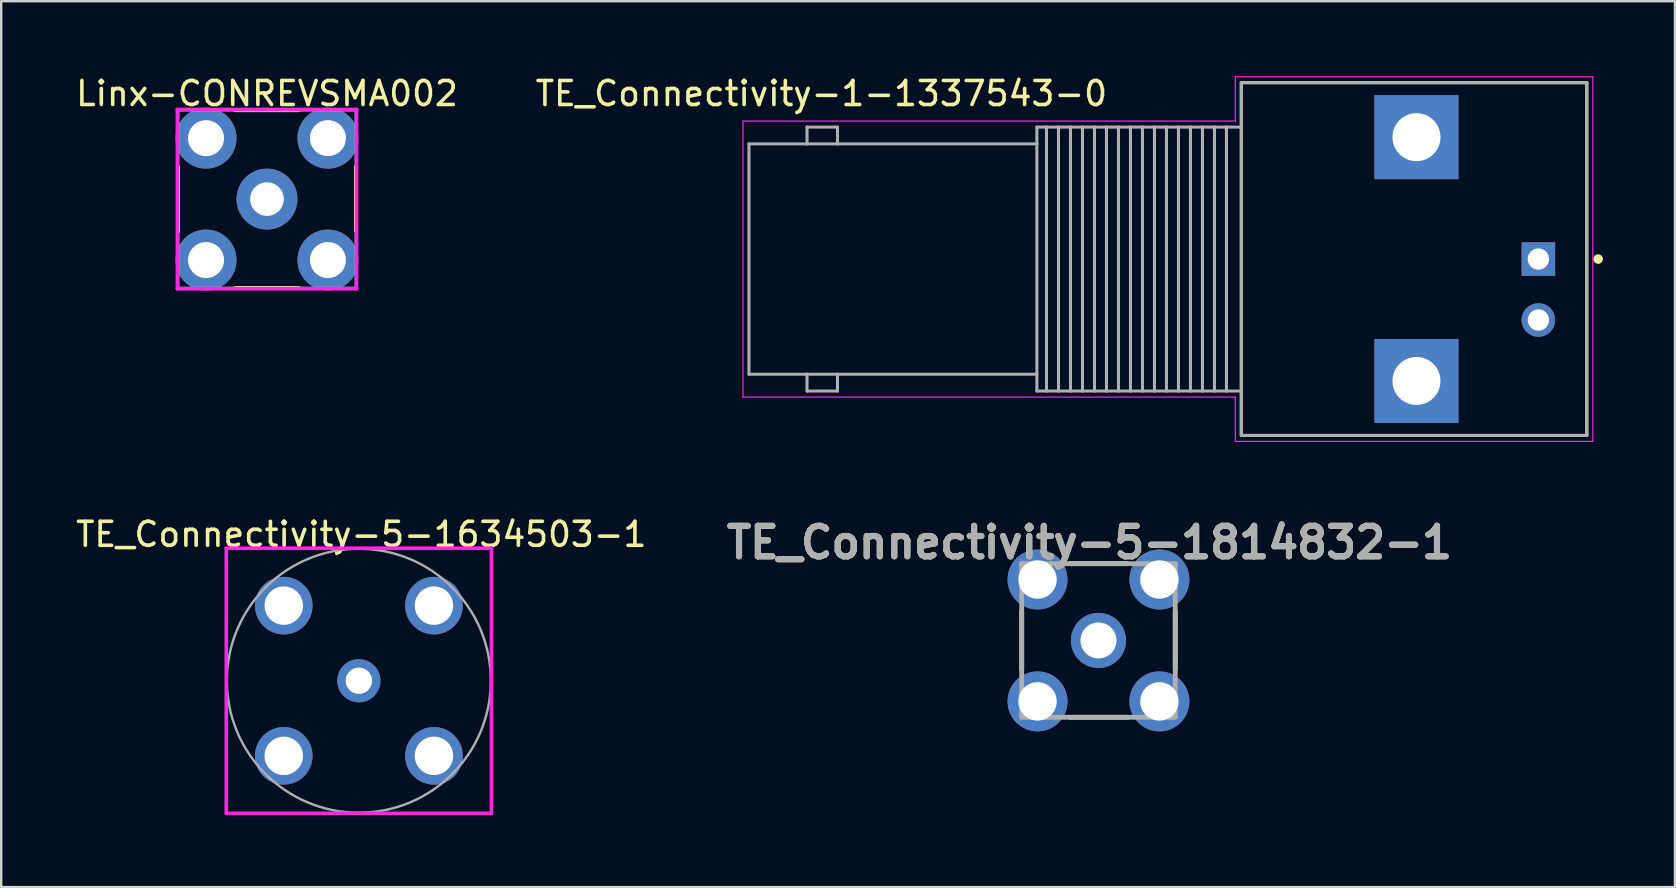
<source format=kicad_pcb>
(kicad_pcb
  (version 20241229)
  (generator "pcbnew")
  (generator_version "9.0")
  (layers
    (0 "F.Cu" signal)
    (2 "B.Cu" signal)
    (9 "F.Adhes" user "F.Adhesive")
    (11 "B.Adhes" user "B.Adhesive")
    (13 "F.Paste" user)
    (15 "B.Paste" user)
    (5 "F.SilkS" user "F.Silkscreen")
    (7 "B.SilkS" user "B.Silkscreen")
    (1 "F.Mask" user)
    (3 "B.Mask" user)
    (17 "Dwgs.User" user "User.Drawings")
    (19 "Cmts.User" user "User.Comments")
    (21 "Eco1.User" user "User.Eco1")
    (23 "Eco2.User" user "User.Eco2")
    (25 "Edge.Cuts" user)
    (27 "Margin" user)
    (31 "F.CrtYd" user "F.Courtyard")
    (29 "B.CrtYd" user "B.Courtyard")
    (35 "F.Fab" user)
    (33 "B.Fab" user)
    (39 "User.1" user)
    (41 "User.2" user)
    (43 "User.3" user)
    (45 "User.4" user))
  (footprint "TE_Connectivity-5-1814832-1"
    (layer "F.Cu")
    (at 42.731 23.642)
    (property "Reference" "TE_Connectivity-5-1814832-1" (at -0.376 -4.081 0) (layer "F.SilkS") (effects (font (size 1.27 1.27) (thickness 0.254))))
    (attr through_hole)
    (fp_line (start -3.2 -1.2) (end -3.2 1.2) (stroke (width 0.2) (type solid)) (layer "F.SilkS"))
    (fp_line (start -1.2 -3.2) (end 1.2 -3.2) (stroke (width 0.2) (type solid)) (layer "F.SilkS"))
    (fp_line (start -1.2 3.2) (end 1.2 3.2) (stroke (width 0.2) (type solid)) (layer "F.SilkS"))
    (fp_line (start 3.2 -1.2) (end 3.2 1.2) (stroke (width 0.2) (type solid)) (layer "F.SilkS"))
    (fp_line (start -3.2 -3.2) (end 3.2 -3.2) (stroke (width 0.2) (type solid)) (layer "F.Fab"))
    (fp_line (start -3.2 3.2) (end -3.2 -3.2) (stroke (width 0.2) (type solid)) (layer "F.Fab"))
    (fp_line (start 3.2 -3.2) (end 3.2 3.2) (stroke (width 0.2) (type solid)) (layer "F.Fab"))
    (fp_line (start 3.2 3.2) (end -3.2 3.2) (stroke (width 0.2) (type solid)) (layer "F.Fab"))
    (fp_text user "${REFERENCE}" (at -0.376 -4.081 0) (layer "F.Fab") (effects (font (size 1.27 1.27) (thickness 0.254))))
    (pad "1" thru_hole circle (at 0 0) (size 2.3 2.3) (drill 1.5) (layers "*.Cu" "*.Mask"))
    (pad "2" thru_hole circle (at -2.54 -2.54) (size 2.5 2.5) (drill 1.6) (layers "*.Cu" "*.Mask"))
    (pad "2" thru_hole circle (at -2.54 2.54) (size 2.5 2.5) (drill 1.6) (layers "*.Cu" "*.Mask"))
    (pad "2" thru_hole circle (at 2.54 -2.54) (size 2.5 2.5) (drill 1.6) (layers "*.Cu" "*.Mask"))
    (pad "2" thru_hole circle (at 2.54 2.54) (size 2.5 2.5) (drill 1.6) (layers "*.Cu" "*.Mask")))
  (footprint "TE_Connectivity-5-1634503-1"
    (layer "F.Cu")
    (at 11.906 25.321)
    (property "Reference" "TE_Connectivity-5-1634503-1" (at 0.1 -6.1 0) (layer "F.SilkS") (effects (font (size 1 1) (thickness 0.15))))
    (attr through_hole)
    (fp_line (start -5.525 -5.525) (end -5.525 5.525) (stroke (width 0.15) (type solid)) (layer "F.CrtYd"))
    (fp_line (start -5.525 5.525) (end 5.525 5.525) (stroke (width 0.15) (type solid)) (layer "F.CrtYd"))
    (fp_line (start 5.525 -5.525) (end -5.525 -5.525) (stroke (width 0.15) (type solid)) (layer "F.CrtYd"))
    (fp_line (start 5.525 -5.525) (end 5.525 -5.525) (stroke (width 0.15) (type solid)) (layer "F.CrtYd"))
    (fp_line (start 5.525 5.525) (end 5.525 -5.525) (stroke (width 0.15) (type solid)) (layer "F.CrtYd"))
    (fp_circle (center 0 0) (end 5.5 0) (stroke (width 0.1) (type solid)) (fill no) (layer "F.Fab"))
    (pad "1" thru_hole circle (at 0 0) (size 1.8 1.8) (drill 1.1) (layers "*.Cu" "*.Mask"))
    (pad "2" thru_hole circle (at -3.13 -3.13 90) (size 2.4 2.4) (drill 1.6) (layers "*.Cu" "*.Mask"))
    (pad "2" thru_hole circle (at -3.13 3.13 180) (size 2.4 2.4) (drill 1.6) (layers "*.Cu" "*.Mask"))
    (pad "2" thru_hole circle (at 3.13 -3.13) (size 2.4 2.4) (drill 1.6) (layers "*.Cu" "*.Mask"))
    (pad "2" thru_hole circle (at 3.13 3.13 270) (size 2.4 2.4) (drill 1.6) (layers "*.Cu" "*.Mask")))
  (footprint "TE_Connectivity-1-1337543-0"
    (layer "F.Cu")
    (at 61.064 7.747)
    (property "Reference" "TE_Connectivity-1-1337543-0" (at -29.881 -6.898 0) (layer "F.SilkS") (effects (font (size 1.002 1.002) (thickness 0.15))))
    (attr through_hole)
    (fp_line (start -12.38 -7.35) (end 2.02 -7.35) (stroke (width 0.127) (type solid)) (layer "F.SilkS"))
    (fp_line (start -12.38 -5.5) (end -12.38 -7.35) (stroke (width 0.127) (type solid)) (layer "F.SilkS"))
    (fp_line (start -12.38 5.5) (end -12.38 -5.5) (stroke (width 0.127) (type solid)) (layer "F.SilkS"))
    (fp_line (start -12.38 7.35) (end -12.38 5.5) (stroke (width 0.127) (type solid)) (layer "F.SilkS"))
    (fp_line (start 2.02 -7.35) (end 2.02 7.35) (stroke (width 0.127) (type solid)) (layer "F.SilkS"))
    (fp_line (start 2.02 7.35) (end -12.38 7.35) (stroke (width 0.127) (type solid)) (layer "F.SilkS"))
    (fp_circle (center 2.492 0) (end 2.592 0) (stroke (width 0.2) (type solid)) (fill no) (layer "F.SilkS"))
    (fp_line (start -33.15 -5.75) (end -12.63 -5.75) (stroke (width 0.05) (type solid)) (layer "F.CrtYd"))
    (fp_line (start -33.15 5.75) (end -33.15 -5.75) (stroke (width 0.05) (type solid)) (layer "F.CrtYd"))
    (fp_line (start -12.63 -7.6) (end 2.27 -7.6) (stroke (width 0.05) (type solid)) (layer "F.CrtYd"))
    (fp_line (start -12.63 -5.75) (end -12.63 -7.6) (stroke (width 0.05) (type solid)) (layer "F.CrtYd"))
    (fp_line (start -12.63 5.75) (end -33.15 5.75) (stroke (width 0.05) (type solid)) (layer "F.CrtYd"))
    (fp_line (start -12.63 7.6) (end -12.63 5.75) (stroke (width 0.05) (type solid)) (layer "F.CrtYd"))
    (fp_line (start 2.27 -7.6) (end 2.27 7.6) (stroke (width 0.05) (type solid)) (layer "F.CrtYd"))
    (fp_line (start 2.27 7.6) (end -12.63 7.6) (stroke (width 0.05) (type solid)) (layer "F.CrtYd"))
    (fp_line (start -32.9 -4.8) (end -32.9 4.8) (stroke (width 0.127) (type solid)) (layer "F.Fab"))
    (fp_line (start -32.9 4.8) (end -30.48 4.8) (stroke (width 0.127) (type solid)) (layer "F.Fab"))
    (fp_line (start -30.48 -5.5) (end -30.48 -4.8) (stroke (width 0.127) (type solid)) (layer "F.Fab"))
    (fp_line (start -30.48 -5.5) (end -29.21 -5.5) (stroke (width 0.127) (type solid)) (layer "F.Fab"))
    (fp_line (start -30.48 -4.8) (end -32.9 -4.8) (stroke (width 0.127) (type solid)) (layer "F.Fab"))
    (fp_line (start -30.48 4.8) (end -30.48 5.5) (stroke (width 0.127) (type solid)) (layer "F.Fab"))
    (fp_line (start -30.48 4.8) (end -29.21 4.8) (stroke (width 0.127) (type solid)) (layer "F.Fab"))
    (fp_line (start -30.48 5.5) (end -29.21 5.5) (stroke (width 0.127) (type solid)) (layer "F.Fab"))
    (fp_line (start -29.21 -5.5) (end -29.21 -4.8) (stroke (width 0.127) (type solid)) (layer "F.Fab"))
    (fp_line (start -29.21 -4.8) (end -30.48 -4.8) (stroke (width 0.127) (type solid)) (layer "F.Fab"))
    (fp_line (start -29.21 4.8) (end -20.9 4.8) (stroke (width 0.127) (type solid)) (layer "F.Fab"))
    (fp_line (start -29.21 5.5) (end -29.21 4.8) (stroke (width 0.127) (type solid)) (layer "F.Fab"))
    (fp_line (start -20.9 -5.5) (end -20.9 5.5) (stroke (width 0.127) (type solid)) (layer "F.Fab"))
    (fp_line (start -20.9 -4.8) (end -29.21 -4.8) (stroke (width 0.127) (type solid)) (layer "F.Fab"))
    (fp_line (start -20.9 5.5) (end -20.5 5.5) (stroke (width 0.127) (type solid)) (layer "F.Fab"))
    (fp_line (start -20.5 -5.5) (end -20.9 -5.5) (stroke (width 0.127) (type solid)) (layer "F.Fab"))
    (fp_line (start -20.5 -5.5) (end -20.5 5.5) (stroke (width 0.127) (type solid)) (layer "F.Fab"))
    (fp_line (start -20.5 5.5) (end -20 5.5) (stroke (width 0.127) (type solid)) (layer "F.Fab"))
    (fp_line (start -20 -5.5) (end -20.5 -5.5) (stroke (width 0.127) (type solid)) (layer "F.Fab"))
    (fp_line (start -20 -5.5) (end -20 5.5) (stroke (width 0.127) (type solid)) (layer "F.Fab"))
    (fp_line (start -20 5.5) (end -19.5 5.5) (stroke (width 0.127) (type solid)) (layer "F.Fab"))
    (fp_line (start -19.5 -5.5) (end -20 -5.5) (stroke (width 0.127) (type solid)) (layer "F.Fab"))
    (fp_line (start -19.5 -5.5) (end -19.5 5.5) (stroke (width 0.127) (type solid)) (layer "F.Fab"))
    (fp_line (start -19.5 5.5) (end -19 5.5) (stroke (width 0.127) (type solid)) (layer "F.Fab"))
    (fp_line (start -19 -5.5) (end -19.5 -5.5) (stroke (width 0.127) (type solid)) (layer "F.Fab"))
    (fp_line (start -19 -5.5) (end -19 5.5) (stroke (width 0.127) (type solid)) (layer "F.Fab"))
    (fp_line (start -19 5.5) (end -18.5 5.5) (stroke (width 0.127) (type solid)) (layer "F.Fab"))
    (fp_line (start -18.5 -5.5) (end -19 -5.5) (stroke (width 0.127) (type solid)) (layer "F.Fab"))
    (fp_line (start -18.5 -5.5) (end -18.5 5.5) (stroke (width 0.127) (type solid)) (layer "F.Fab"))
    (fp_line (start -18.5 5.5) (end -18 5.5) (stroke (width 0.127) (type solid)) (layer "F.Fab"))
    (fp_line (start -18 -5.5) (end -18.5 -5.5) (stroke (width 0.127) (type solid)) (layer "F.Fab"))
    (fp_line (start -18 -5.5) (end -18 5.5) (stroke (width 0.127) (type solid)) (layer "F.Fab"))
    (fp_line (start -18 5.5) (end -17.5 5.5) (stroke (width 0.127) (type solid)) (layer "F.Fab"))
    (fp_line (start -17.5 -5.5) (end -18 -5.5) (stroke (width 0.127) (type solid)) (layer "F.Fab"))
    (fp_line (start -17.5 -5.5) (end -17.5 5.5) (stroke (width 0.127) (type solid)) (layer "F.Fab"))
    (fp_line (start -17.5 5.5) (end -17 5.5) (stroke (width 0.127) (type solid)) (layer "F.Fab"))
    (fp_line (start -17 -5.5) (end -17.5 -5.5) (stroke (width 0.127) (type solid)) (layer "F.Fab"))
    (fp_line (start -17 -5.5) (end -17 5.5) (stroke (width 0.127) (type solid)) (layer "F.Fab"))
    (fp_line (start -17 5.5) (end -16.5 5.5) (stroke (width 0.127) (type solid)) (layer "F.Fab"))
    (fp_line (start -16.5 -5.5) (end -17 -5.5) (stroke (width 0.127) (type solid)) (layer "F.Fab"))
    (fp_line (start -16.5 -5.5) (end -16.5 5.5) (stroke (width 0.127) (type solid)) (layer "F.Fab"))
    (fp_line (start -16.5 5.5) (end -16 5.5) (stroke (width 0.127) (type solid)) (layer "F.Fab"))
    (fp_line (start -16 -5.5) (end -16.5 -5.5) (stroke (width 0.127) (type solid)) (layer "F.Fab"))
    (fp_line (start -16 -5.5) (end -16 5.5) (stroke (width 0.127) (type solid)) (layer "F.Fab"))
    (fp_line (start -16 5.5) (end -15.5 5.5) (stroke (width 0.127) (type solid)) (layer "F.Fab"))
    (fp_line (start -15.5 -5.5) (end -16 -5.5) (stroke (width 0.127) (type solid)) (layer "F.Fab"))
    (fp_line (start -15.5 -5.5) (end -15.5 5.5) (stroke (width 0.127) (type solid)) (layer "F.Fab"))
    (fp_line (start -15.5 5.5) (end -15 5.5) (stroke (width 0.127) (type solid)) (layer "F.Fab"))
    (fp_line (start -15 -5.5) (end -15.5 -5.5) (stroke (width 0.127) (type solid)) (layer "F.Fab"))
    (fp_line (start -15 -5.5) (end -15 5.5) (stroke (width 0.127) (type solid)) (layer "F.Fab"))
    (fp_line (start -15 5.5) (end -14.5 5.5) (stroke (width 0.127) (type solid)) (layer "F.Fab"))
    (fp_line (start -14.5 -5.5) (end -15 -5.5) (stroke (width 0.127) (type solid)) (layer "F.Fab"))
    (fp_line (start -14.5 -5.5) (end -14.5 5.5) (stroke (width 0.127) (type solid)) (layer "F.Fab"))
    (fp_line (start -14.5 5.5) (end -14 5.5) (stroke (width 0.127) (type solid)) (layer "F.Fab"))
    (fp_line (start -14 -5.5) (end -14.5 -5.5) (stroke (width 0.127) (type solid)) (layer "F.Fab"))
    (fp_line (start -14 -5.5) (end -14 5.5) (stroke (width 0.127) (type solid)) (layer "F.Fab"))
    (fp_line (start -14 5.5) (end -13.5 5.5) (stroke (width 0.127) (type solid)) (layer "F.Fab"))
    (fp_line (start -13.5 -5.5) (end -14 -5.5) (stroke (width 0.127) (type solid)) (layer "F.Fab"))
    (fp_line (start -13.5 -5.5) (end -13.5 5.5) (stroke (width 0.127) (type solid)) (layer "F.Fab"))
    (fp_line (start -13.5 5.5) (end -13 5.5) (stroke (width 0.127) (type solid)) (layer "F.Fab"))
    (fp_line (start -13 -5.5) (end -13.5 -5.5) (stroke (width 0.127) (type solid)) (layer "F.Fab"))
    (fp_line (start -13 -5.5) (end -13 5.5) (stroke (width 0.127) (type solid)) (layer "F.Fab"))
    (fp_line (start -13 5.5) (end -12.38 5.5) (stroke (width 0.127) (type solid)) (layer "F.Fab"))
    (fp_line (start -12.38 -7.35) (end 2.02 -7.35) (stroke (width 0.127) (type solid)) (layer "F.Fab"))
    (fp_line (start -12.38 -5.5) (end -13 -5.5) (stroke (width 0.127) (type solid)) (layer "F.Fab"))
    (fp_line (start -12.38 -5.5) (end -12.38 -7.35) (stroke (width 0.127) (type solid)) (layer "F.Fab"))
    (fp_line (start -12.38 5.5) (end -12.38 -5.5) (stroke (width 0.127) (type solid)) (layer "F.Fab"))
    (fp_line (start -12.38 7.35) (end -12.38 5.5) (stroke (width 0.127) (type solid)) (layer "F.Fab"))
    (fp_line (start 2.02 -7.35) (end 2.02 7.35) (stroke (width 0.127) (type solid)) (layer "F.Fab"))
    (fp_line (start 2.02 7.35) (end -12.38 7.35) (stroke (width 0.127) (type solid)) (layer "F.Fab"))
    (pad "" np_thru_hole rect (at -5.08 -5.08) (size 3.5 3.5) (drill 2) (layers "*.Cu" "*.Mask"))
    (pad "" np_thru_hole rect (at -5.08 5.08) (size 3.5 3.5) (drill 2) (layers "*.Cu" "*.Mask"))
    (pad "1" thru_hole rect (at 0 0) (size 1.398 1.398) (drill 0.89) (layers "*.Cu" "*.Mask"))
    (pad "2" thru_hole circle (at 0 2.54) (size 1.398 1.398) (drill 0.89) (layers "*.Cu" "*.Mask")))
  (footprint "Linx-CONREVSMA002"
    (layer "F.Cu")
    (at 8.077 5.248)
    (property "Reference" "Linx-CONREVSMA002" (at 0 -4.4 0) (layer "F.SilkS") (effects (font (size 1 1) (thickness 0.15))))
    (attr through_hole)
    (fp_line (start -3.7 1.338) (end -3.7 -1.338) (stroke (width 0.15) (type solid)) (layer "F.SilkS"))
    (fp_line (start -1.338 -3.7) (end 1.338 -3.7) (stroke (width 0.15) (type solid)) (layer "F.SilkS"))
    (fp_line (start -1.338 3.7) (end 1.338 3.7) (stroke (width 0.15) (type solid)) (layer "F.SilkS"))
    (fp_line (start 3.7 1.338) (end 3.7 -1.338) (stroke (width 0.15) (type solid)) (layer "F.SilkS"))
    (fp_line (start -3.735 -3.735) (end -3.735 3.735) (stroke (width 0.15) (type solid)) (layer "F.CrtYd"))
    (fp_line (start -3.735 3.735) (end 3.735 3.735) (stroke (width 0.15) (type solid)) (layer "F.CrtYd"))
    (fp_line (start 3.735 -3.735) (end -3.735 -3.735) (stroke (width 0.15) (type solid)) (layer "F.CrtYd"))
    (fp_line (start 3.735 -3.735) (end 3.735 -3.735) (stroke (width 0.15) (type solid)) (layer "F.CrtYd"))
    (fp_line (start 3.735 3.735) (end 3.735 -3.735) (stroke (width 0.15) (type solid)) (layer "F.CrtYd"))
    (fp_line (start -3.7 -3.7) (end 3.7 -3.7) (stroke (width 0.1) (type solid)) (layer "F.Fab"))
    (fp_line (start -3.7 3.7) (end -3.7 -3.7) (stroke (width 0.1) (type solid)) (layer "F.Fab"))
    (fp_line (start -3.7 3.7) (end 3.7 3.7) (stroke (width 0.1) (type solid)) (layer "F.Fab"))
    (fp_line (start 3.7 3.7) (end 3.7 -3.7) (stroke (width 0.1) (type solid)) (layer "F.Fab"))
    (pad "1" thru_hole circle (at 0 0) (size 2.54 2.54) (drill 1.4) (layers "*.Cu" "*.Mask"))
    (pad "2" thru_hole circle (at -2.54 -2.54) (size 2.54 2.54) (drill 1.5) (layers "*.Cu" "*.Mask"))
    (pad "2" thru_hole circle (at -2.54 2.54) (size 2.54 2.54) (drill 1.5) (layers "*.Cu" "*.Mask"))
    (pad "2" thru_hole circle (at 2.54 -2.54) (size 2.54 2.54) (drill 1.5) (layers "*.Cu" "*.Mask"))
    (pad "2" thru_hole circle (at 2.54 2.54) (size 2.54 2.54) (drill 1.5) (layers "*.Cu" "*.Mask")))
  (gr_rect
    (start -3 -3)
    (end 66.756 33.921)
    (stroke (width 0.1) (type default))
    (fill no)
    (layer "Edge.Cuts")))
</source>
